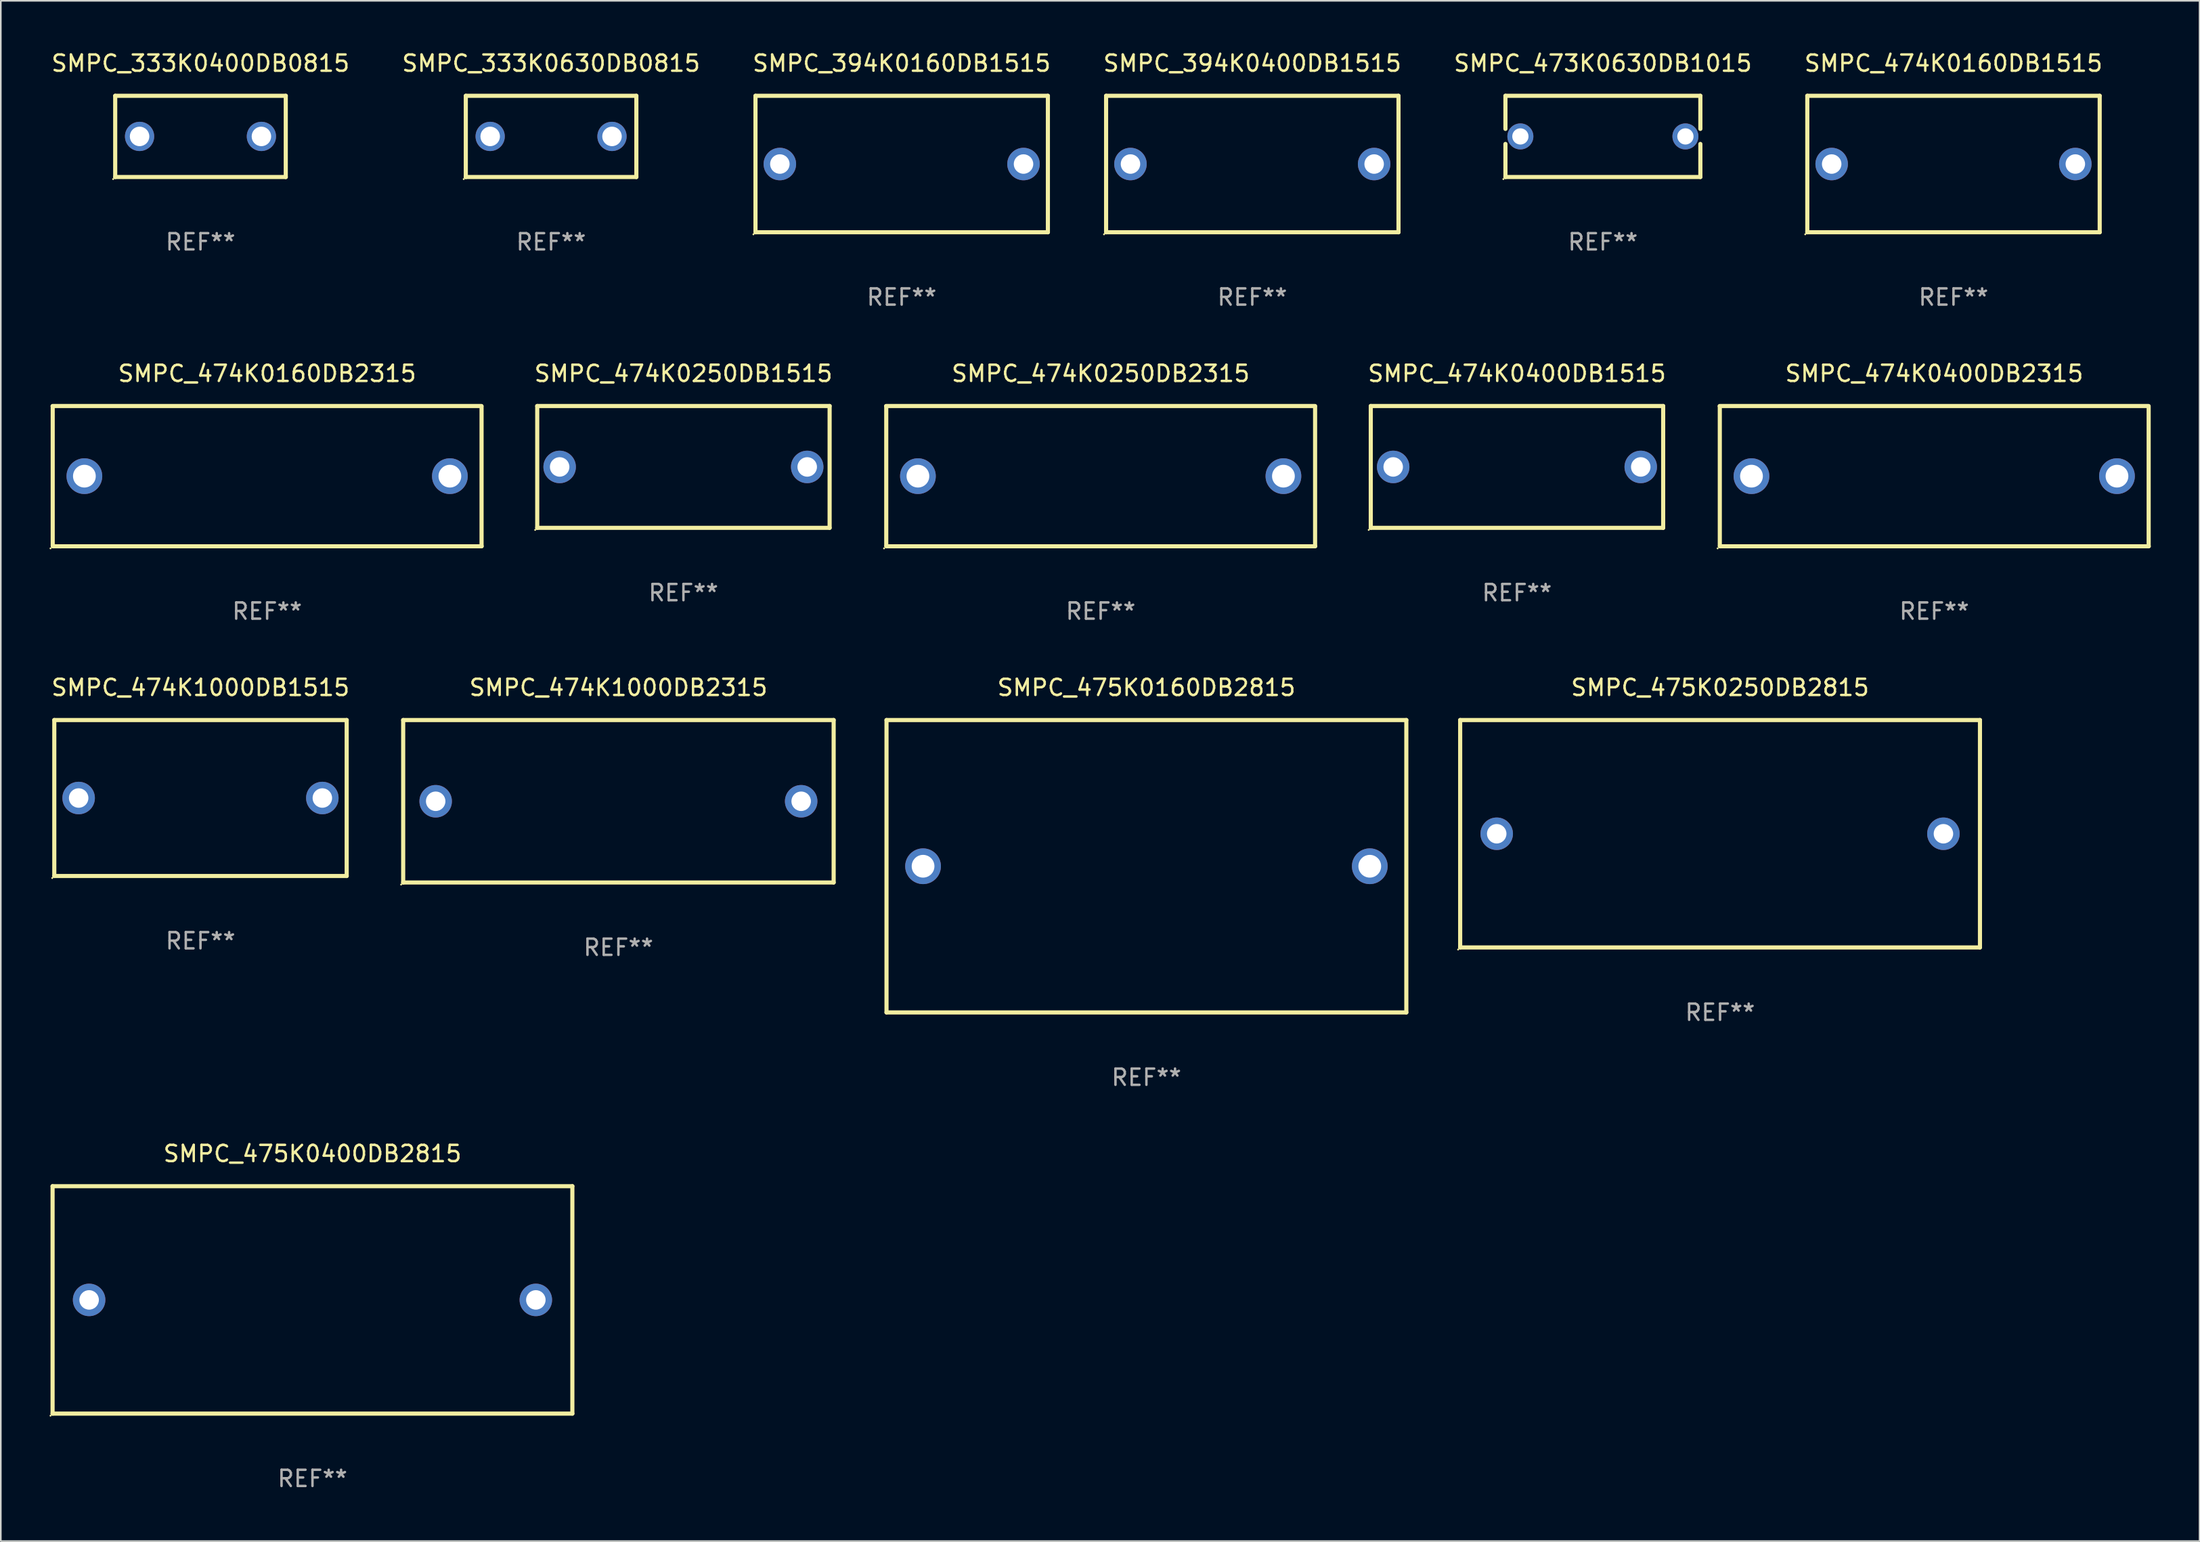
<source format=kicad_pcb>
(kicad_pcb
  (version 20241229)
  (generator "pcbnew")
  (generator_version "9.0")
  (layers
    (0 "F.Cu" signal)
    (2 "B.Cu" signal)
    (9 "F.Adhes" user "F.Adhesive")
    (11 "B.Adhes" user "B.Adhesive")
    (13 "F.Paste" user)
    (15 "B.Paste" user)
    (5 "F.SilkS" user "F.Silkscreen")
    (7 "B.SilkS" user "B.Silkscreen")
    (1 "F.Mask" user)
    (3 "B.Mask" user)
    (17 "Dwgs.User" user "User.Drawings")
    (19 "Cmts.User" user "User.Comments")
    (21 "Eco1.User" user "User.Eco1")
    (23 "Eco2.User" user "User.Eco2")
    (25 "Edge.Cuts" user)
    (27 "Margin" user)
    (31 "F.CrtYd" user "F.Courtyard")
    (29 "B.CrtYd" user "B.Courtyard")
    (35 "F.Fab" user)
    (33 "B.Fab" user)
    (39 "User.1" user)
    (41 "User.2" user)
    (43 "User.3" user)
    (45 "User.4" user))
  (footprint "SMPC_474K0250DB1515"
    (layer "F.Cu")
    (at 39.022 25.695)
    (property "Reference" "SMPC_474K0250DB1515" (at 0 -5.75 0) (layer "F.SilkS") (effects (font (size 1 1) (thickness 0.15))))
    (attr through_hole)
    (fp_line (start -9 -3.75) (end 9 -3.75) (stroke (width 0.254) (type solid)) (layer "F.SilkS"))
    (fp_line (start -9 3.75) (end -9 -3.75) (stroke (width 0.254) (type solid)) (layer "F.SilkS"))
    (fp_line (start 9 -3.75) (end 9 3.75) (stroke (width 0.254) (type solid)) (layer "F.SilkS"))
    (fp_line (start 9 3.75) (end -9 3.75) (stroke (width 0.254) (type solid)) (layer "F.SilkS"))
    (fp_circle (center -9.127 3.877) (end -9.097 3.877) (stroke (width 0.06) (type solid)) (fill no) (layer "F.SilkS"))
    (fp_text user "REF**" (at 0 7.75 0) (layer "F.Fab") (effects (font (size 1 1) (thickness 0.15))))
    (pad "1" thru_hole circle (at -7.62 0) (size 2 2) (drill 1.2) (layers "*.Cu" "*.Mask"))
    (pad "2" thru_hole circle (at 7.62 0) (size 2 2) (drill 1.2) (layers "*.Cu" "*.Mask")))
  (footprint "SMPC_394K0400DB1515"
    (layer "F.Cu")
    (at 74.042 7.048)
    (property "Reference" "SMPC_394K0400DB1515" (at 0 -6.2 0) (layer "F.SilkS") (effects (font (size 1 1) (thickness 0.15))))
    (attr through_hole)
    (fp_line (start -9 -4.2) (end 9 -4.2) (stroke (width 0.254) (type solid)) (layer "F.SilkS"))
    (fp_line (start -9 4.2) (end -9 -4.2) (stroke (width 0.254) (type solid)) (layer "F.SilkS"))
    (fp_line (start 9 -4.2) (end 9 4.2) (stroke (width 0.254) (type solid)) (layer "F.SilkS"))
    (fp_line (start 9 4.2) (end -9 4.2) (stroke (width 0.254) (type solid)) (layer "F.SilkS"))
    (fp_circle (center -9.127 4.327) (end -9.097 4.327) (stroke (width 0.06) (type solid)) (fill no) (layer "F.SilkS"))
    (fp_text user "REF**" (at 0 8.2 0) (layer "F.Fab") (effects (font (size 1 1) (thickness 0.15))))
    (pad "1" thru_hole circle (at -7.5 0) (size 2 2) (drill 1.2) (layers "*.Cu" "*.Mask"))
    (pad "2" thru_hole circle (at 7.5 0) (size 2 2) (drill 1.2) (layers "*.Cu" "*.Mask")))
  (footprint "SMPC_474K0160DB1515"
    (layer "F.Cu")
    (at 117.208 7.048)
    (property "Reference" "SMPC_474K0160DB1515" (at 0 -6.2 0) (layer "F.SilkS") (effects (font (size 1 1) (thickness 0.15))))
    (attr through_hole)
    (fp_line (start -9 -4.2) (end 9 -4.2) (stroke (width 0.254) (type solid)) (layer "F.SilkS"))
    (fp_line (start -9 4.2) (end -9 -4.2) (stroke (width 0.254) (type solid)) (layer "F.SilkS"))
    (fp_line (start 9 -4.2) (end 9 4.2) (stroke (width 0.254) (type solid)) (layer "F.SilkS"))
    (fp_line (start 9 4.2) (end -9 4.2) (stroke (width 0.254) (type solid)) (layer "F.SilkS"))
    (fp_circle (center -9.127 4.327) (end -9.097 4.327) (stroke (width 0.06) (type solid)) (fill no) (layer "F.SilkS"))
    (fp_text user "REF**" (at 0 8.2 0) (layer "F.Fab") (effects (font (size 1 1) (thickness 0.15))))
    (pad "1" thru_hole circle (at -7.5 0) (size 2 2) (drill 1.2) (layers "*.Cu" "*.Mask"))
    (pad "2" thru_hole circle (at 7.5 0) (size 2 2) (drill 1.2) (layers "*.Cu" "*.Mask")))
  (footprint "SMPC_475K0400DB2815"
    (layer "F.Cu")
    (at 16.186 76.974)
    (property "Reference" "SMPC_475K0400DB2815" (at 0 -9 0) (layer "F.SilkS") (effects (font (size 1 1) (thickness 0.15))))
    (attr through_hole)
    (fp_line (start -15.999 -7) (end -15.999 7) (stroke (width 0.254) (type solid)) (layer "F.SilkS"))
    (fp_line (start -15.999 -7) (end 15.999 -7) (stroke (width 0.254) (type solid)) (layer "F.SilkS"))
    (fp_line (start 15.999 -7) (end 15.999 7) (stroke (width 0.254) (type solid)) (layer "F.SilkS"))
    (fp_line (start 15.999 7) (end -15.999 7) (stroke (width 0.254) (type solid)) (layer "F.SilkS"))
    (fp_circle (center -16.126 7.127) (end -16.096 7.127) (stroke (width 0.06) (type solid)) (fill no) (layer "F.SilkS"))
    (fp_text user "REF**" (at 0 11 0) (layer "F.Fab") (effects (font (size 1 1) (thickness 0.15))))
    (pad "1" thru_hole circle (at -13.75 0) (size 2 2) (drill 1.2) (layers "*.Cu" "*.Mask"))
    (pad "2" thru_hole circle (at 13.75 0) (size 2 2) (drill 1.2) (layers "*.Cu" "*.Mask")))
  (footprint "SMPC_474K1000DB1515"
    (layer "F.Cu")
    (at 9.292 46.077)
    (property "Reference" "SMPC_474K1000DB1515" (at 0 -6.8 0) (layer "F.SilkS") (effects (font (size 1 1) (thickness 0.15))))
    (attr through_hole)
    (fp_line (start -9 -4.8) (end 9 -4.8) (stroke (width 0.254) (type solid)) (layer "F.SilkS"))
    (fp_line (start -9 4.8) (end -9 -4.8) (stroke (width 0.254) (type solid)) (layer "F.SilkS"))
    (fp_line (start 9 -4.8) (end 9 4.8) (stroke (width 0.254) (type solid)) (layer "F.SilkS"))
    (fp_line (start 9 4.8) (end -9 4.8) (stroke (width 0.254) (type solid)) (layer "F.SilkS"))
    (fp_circle (center -9.127 4.927) (end -9.097 4.927) (stroke (width 0.06) (type solid)) (fill no) (layer "F.SilkS"))
    (fp_text user "REF**" (at 0 8.8 0) (layer "F.Fab") (effects (font (size 1 1) (thickness 0.15))))
    (pad "1" thru_hole circle (at -7.501 0) (size 2 2) (drill 1.2) (layers "*.Cu" "*.Mask"))
    (pad "2" thru_hole circle (at 7.501 0) (size 2 2) (drill 1.2) (layers "*.Cu" "*.Mask")))
  (footprint "SMPC_474K0160DB2315"
    (layer "F.Cu")
    (at 13.395 26.263)
    (property "Reference" "SMPC_474K0160DB2315" (at 0 -6.318 0) (layer "F.SilkS") (effects (font (size 1 1) (thickness 0.15))))
    (attr through_hole)
    (fp_line (start -13.208 -4.318) (end 13.193 -4.318) (stroke (width 0.254) (type solid)) (layer "F.SilkS"))
    (fp_line (start -13.2 4.3) (end -13.2 -4.3) (stroke (width 0.254) (type solid)) (layer "F.SilkS"))
    (fp_line (start 13.2 -4.3) (end 13.2 4.3) (stroke (width 0.254) (type solid)) (layer "F.SilkS"))
    (fp_line (start 13.208 4.318) (end -13.193 4.318) (stroke (width 0.254) (type solid)) (layer "F.SilkS"))
    (fp_circle (center -13.335 4.445) (end -13.305 4.445) (stroke (width 0.06) (type solid)) (fill no) (layer "F.SilkS"))
    (fp_text user "REF**" (at 0 8.318 0) (layer "F.Fab") (effects (font (size 1 1) (thickness 0.15))))
    (pad "1" thru_hole circle (at -11.25 0) (size 2.2 2.2) (drill 1.4) (layers "*.Cu" "*.Mask"))
    (pad "2" thru_hole circle (at 11.25 0) (size 2.2 2.2) (drill 1.4) (layers "*.Cu" "*.Mask")))
  (footprint "SMPC_474K0400DB2315"
    (layer "F.Cu")
    (at 116.022 26.263)
    (property "Reference" "SMPC_474K0400DB2315" (at 0 -6.318 0) (layer "F.SilkS") (effects (font (size 1 1) (thickness 0.15))))
    (attr through_hole)
    (fp_line (start -13.208 -4.318) (end 13.193 -4.318) (stroke (width 0.254) (type solid)) (layer "F.SilkS"))
    (fp_line (start -13.2 4.3) (end -13.2 -4.3) (stroke (width 0.254) (type solid)) (layer "F.SilkS"))
    (fp_line (start 13.2 -4.3) (end 13.2 4.3) (stroke (width 0.254) (type solid)) (layer "F.SilkS"))
    (fp_line (start 13.208 4.318) (end -13.193 4.318) (stroke (width 0.254) (type solid)) (layer "F.SilkS"))
    (fp_circle (center -13.335 4.445) (end -13.305 4.445) (stroke (width 0.06) (type solid)) (fill no) (layer "F.SilkS"))
    (fp_text user "REF**" (at 0 8.318 0) (layer "F.Fab") (effects (font (size 1 1) (thickness 0.15))))
    (pad "1" thru_hole circle (at -11.25 0) (size 2.2 2.2) (drill 1.4) (layers "*.Cu" "*.Mask"))
    (pad "2" thru_hole circle (at 11.25 0) (size 2.2 2.2) (drill 1.4) (layers "*.Cu" "*.Mask")))
  (footprint "SMPC_474K0250DB2315"
    (layer "F.Cu")
    (at 64.708 26.263)
    (property "Reference" "SMPC_474K0250DB2315" (at 0 -6.318 0) (layer "F.SilkS") (effects (font (size 1 1) (thickness 0.15))))
    (attr through_hole)
    (fp_line (start -13.208 -4.318) (end 13.193 -4.318) (stroke (width 0.254) (type solid)) (layer "F.SilkS"))
    (fp_line (start -13.2 4.3) (end -13.2 -4.3) (stroke (width 0.254) (type solid)) (layer "F.SilkS"))
    (fp_line (start 13.2 -4.3) (end 13.2 4.3) (stroke (width 0.254) (type solid)) (layer "F.SilkS"))
    (fp_line (start 13.208 4.318) (end -13.193 4.318) (stroke (width 0.254) (type solid)) (layer "F.SilkS"))
    (fp_circle (center -13.335 4.445) (end -13.305 4.445) (stroke (width 0.06) (type solid)) (fill no) (layer "F.SilkS"))
    (fp_text user "REF**" (at 0 8.318 0) (layer "F.Fab") (effects (font (size 1 1) (thickness 0.15))))
    (pad "1" thru_hole circle (at -11.25 0) (size 2.2 2.2) (drill 1.4) (layers "*.Cu" "*.Mask"))
    (pad "2" thru_hole circle (at 11.25 0) (size 2.2 2.2) (drill 1.4) (layers "*.Cu" "*.Mask")))
  (footprint "SMPC_333K0630DB0815"
    (layer "F.Cu")
    (at 30.875 5.348)
    (property "Reference" "SMPC_333K0630DB0815" (at 0 -4.5 0) (layer "F.SilkS") (effects (font (size 1 1) (thickness 0.15))))
    (attr through_hole)
    (fp_line (start -5.25 -2.5) (end 5.25 -2.5) (stroke (width 0.254) (type solid)) (layer "F.SilkS"))
    (fp_line (start -5.25 2.5) (end -5.25 -2.5) (stroke (width 0.254) (type solid)) (layer "F.SilkS"))
    (fp_line (start 5.25 -2.5) (end 5.25 2.5) (stroke (width 0.254) (type solid)) (layer "F.SilkS"))
    (fp_line (start 5.25 2.5) (end -5.25 2.5) (stroke (width 0.254) (type solid)) (layer "F.SilkS"))
    (fp_circle (center -5.377 2.627) (end -5.347 2.627) (stroke (width 0.06) (type solid)) (fill no) (layer "F.SilkS"))
    (fp_text user "REF**" (at 0 6.5 0) (layer "F.Fab") (effects (font (size 1 1) (thickness 0.15))))
    (pad "1" thru_hole circle (at -3.75 0) (size 1.8 1.8) (drill 1.2) (layers "*.Cu" "*.Mask"))
    (pad "2" thru_hole circle (at 3.75 0) (size 1.8 1.8) (drill 1.2) (layers "*.Cu" "*.Mask")))
  (footprint "SMPC_475K0160DB2815"
    (layer "F.Cu")
    (at 67.524 50.277)
    (property "Reference" "SMPC_475K0160DB2815" (at 0 -11 0) (layer "F.SilkS") (effects (font (size 1 1) (thickness 0.15))))
    (attr through_hole)
    (fp_line (start -16 -9) (end 16 -9) (stroke (width 0.254) (type solid)) (layer "F.SilkS"))
    (fp_line (start -16 9) (end -16 -9) (stroke (width 0.254) (type solid)) (layer "F.SilkS"))
    (fp_line (start 16 -9) (end 16 9) (stroke (width 0.254) (type solid)) (layer "F.SilkS"))
    (fp_line (start 16 9) (end -16 9) (stroke (width 0.254) (type solid)) (layer "F.SilkS"))
    (fp_circle (center -16 9) (end -15.97 9) (stroke (width 0.06) (type solid)) (fill no) (layer "F.SilkS"))
    (fp_text user "REF**" (at 0 13 0) (layer "F.Fab") (effects (font (size 1 1) (thickness 0.15))))
    (pad "1" thru_hole circle (at -13.75 0) (size 2.2 2.2) (drill 1.4) (layers "*.Cu" "*.Mask"))
    (pad "2" thru_hole circle (at 13.75 0) (size 2.2 2.2) (drill 1.4) (layers "*.Cu" "*.Mask")))
  (footprint "SMPC_474K1000DB2315"
    (layer "F.Cu")
    (at 35.02 46.277)
    (property "Reference" "SMPC_474K1000DB2315" (at 0 -7 0) (layer "F.SilkS") (effects (font (size 1 1) (thickness 0.15))))
    (attr through_hole)
    (fp_line (start -13.25 -5) (end 13.25 -5) (stroke (width 0.254) (type solid)) (layer "F.SilkS"))
    (fp_line (start -13.25 5) (end -13.25 -5) (stroke (width 0.254) (type solid)) (layer "F.SilkS"))
    (fp_line (start 13.25 -5) (end 13.25 5) (stroke (width 0.254) (type solid)) (layer "F.SilkS"))
    (fp_line (start 13.25 5) (end -13.25 5) (stroke (width 0.254) (type solid)) (layer "F.SilkS"))
    (fp_circle (center -13.377 5.127) (end -13.347 5.127) (stroke (width 0.06) (type solid)) (fill no) (layer "F.SilkS"))
    (fp_text user "REF**" (at 0 9 0) (layer "F.Fab") (effects (font (size 1 1) (thickness 0.15))))
    (pad "1" thru_hole circle (at -11.25 0) (size 2 2) (drill 1.2) (layers "*.Cu" "*.Mask"))
    (pad "2" thru_hole circle (at 11.25 0) (size 2 2) (drill 1.2) (layers "*.Cu" "*.Mask")))
  (footprint "SMPC_475K0250DB2815"
    (layer "F.Cu")
    (at 102.838 48.277)
    (property "Reference" "SMPC_475K0250DB2815" (at 0 -9 0) (layer "F.SilkS") (effects (font (size 1 1) (thickness 0.15))))
    (attr through_hole)
    (fp_line (start -15.999 -7) (end -15.999 7) (stroke (width 0.254) (type solid)) (layer "F.SilkS"))
    (fp_line (start -15.999 -7) (end 15.999 -7) (stroke (width 0.254) (type solid)) (layer "F.SilkS"))
    (fp_line (start 15.999 -7) (end 15.999 7) (stroke (width 0.254) (type solid)) (layer "F.SilkS"))
    (fp_line (start 15.999 7) (end -15.999 7) (stroke (width 0.254) (type solid)) (layer "F.SilkS"))
    (fp_circle (center -16.126 7.127) (end -16.096 7.127) (stroke (width 0.06) (type solid)) (fill no) (layer "F.SilkS"))
    (fp_text user "REF**" (at 0 11 0) (layer "F.Fab") (effects (font (size 1 1) (thickness 0.15))))
    (pad "1" thru_hole circle (at -13.75 0) (size 2 2) (drill 1.2) (layers "*.Cu" "*.Mask"))
    (pad "2" thru_hole circle (at 13.75 0) (size 2 2) (drill 1.2) (layers "*.Cu" "*.Mask")))
  (footprint "SMPC_333K0400DB0815"
    (layer "F.Cu")
    (at 9.292 5.348)
    (property "Reference" "SMPC_333K0400DB0815" (at 0 -4.5 0) (layer "F.SilkS") (effects (font (size 1 1) (thickness 0.15))))
    (attr through_hole)
    (fp_line (start -5.25 -2.5) (end 5.25 -2.5) (stroke (width 0.254) (type solid)) (layer "F.SilkS"))
    (fp_line (start -5.25 2.5) (end -5.25 -2.5) (stroke (width 0.254) (type solid)) (layer "F.SilkS"))
    (fp_line (start 5.25 -2.5) (end 5.25 2.5) (stroke (width 0.254) (type solid)) (layer "F.SilkS"))
    (fp_line (start 5.25 2.5) (end -5.25 2.5) (stroke (width 0.254) (type solid)) (layer "F.SilkS"))
    (fp_circle (center -5.377 2.627) (end -5.347 2.627) (stroke (width 0.06) (type solid)) (fill no) (layer "F.SilkS"))
    (fp_text user "REF**" (at 0 6.5 0) (layer "F.Fab") (effects (font (size 1 1) (thickness 0.15))))
    (pad "1" thru_hole circle (at -3.75 0) (size 1.8 1.8) (drill 1.2) (layers "*.Cu" "*.Mask"))
    (pad "2" thru_hole circle (at 3.75 0) (size 1.8 1.8) (drill 1.2) (layers "*.Cu" "*.Mask")))
  (footprint "SMPC_474K0400DB1515"
    (layer "F.Cu")
    (at 90.335 25.695)
    (property "Reference" "SMPC_474K0400DB1515" (at 0 -5.75 0) (layer "F.SilkS") (effects (font (size 1 1) (thickness 0.15))))
    (attr through_hole)
    (fp_line (start -9 -3.75) (end 9 -3.75) (stroke (width 0.254) (type solid)) (layer "F.SilkS"))
    (fp_line (start -9 3.75) (end -9 -3.75) (stroke (width 0.254) (type solid)) (layer "F.SilkS"))
    (fp_line (start 9 -3.75) (end 9 3.75) (stroke (width 0.254) (type solid)) (layer "F.SilkS"))
    (fp_line (start 9 3.75) (end -9 3.75) (stroke (width 0.254) (type solid)) (layer "F.SilkS"))
    (fp_circle (center -9.127 3.877) (end -9.097 3.877) (stroke (width 0.06) (type solid)) (fill no) (layer "F.SilkS"))
    (fp_text user "REF**" (at 0 7.75 0) (layer "F.Fab") (effects (font (size 1 1) (thickness 0.15))))
    (pad "1" thru_hole circle (at -7.62 0) (size 2 2) (drill 1.2) (layers "*.Cu" "*.Mask"))
    (pad "2" thru_hole circle (at 7.62 0) (size 2 2) (drill 1.2) (layers "*.Cu" "*.Mask")))
  (footprint "SMPC_394K0160DB1515"
    (layer "F.Cu")
    (at 52.458 7.048)
    (property "Reference" "SMPC_394K0160DB1515" (at 0 -6.2 0) (layer "F.SilkS") (effects (font (size 1 1) (thickness 0.15))))
    (attr through_hole)
    (fp_line (start -9 -4.2) (end 9 -4.2) (stroke (width 0.254) (type solid)) (layer "F.SilkS"))
    (fp_line (start -9 4.2) (end -9 -4.2) (stroke (width 0.254) (type solid)) (layer "F.SilkS"))
    (fp_line (start 9 -4.2) (end 9 4.2) (stroke (width 0.254) (type solid)) (layer "F.SilkS"))
    (fp_line (start 9 4.2) (end -9 4.2) (stroke (width 0.254) (type solid)) (layer "F.SilkS"))
    (fp_circle (center -9.127 4.327) (end -9.097 4.327) (stroke (width 0.06) (type solid)) (fill no) (layer "F.SilkS"))
    (fp_text user "REF**" (at 0 8.2 0) (layer "F.Fab") (effects (font (size 1 1) (thickness 0.15))))
    (pad "1" thru_hole circle (at -7.5 0) (size 2 2) (drill 1.2) (layers "*.Cu" "*.Mask"))
    (pad "2" thru_hole circle (at 7.5 0) (size 2 2) (drill 1.2) (layers "*.Cu" "*.Mask")))
  (footprint "SMPC_473K0630DB1015"
    (layer "F.Cu")
    (at 95.625 5.348)
    (property "Reference" "SMPC_473K0630DB1015" (at 0 -4.5 0) (layer "F.SilkS") (effects (font (size 1 1) (thickness 0.15))))
    (attr through_hole)
    (fp_line (start -6 -2.5) (end 6 -2.5) (stroke (width 0.254) (type solid)) (layer "F.SilkS"))
    (fp_line (start -6 -0.463) (end -6 -2.5) (stroke (width 0.254) (type solid)) (layer "F.SilkS"))
    (fp_line (start -6 2.5) (end -6 0.463) (stroke (width 0.254) (type solid)) (layer "F.SilkS"))
    (fp_line (start 6 -2.5) (end 6 -0.463) (stroke (width 0.254) (type solid)) (layer "F.SilkS"))
    (fp_line (start 6 0.463) (end 6 2.5) (stroke (width 0.254) (type solid)) (layer "F.SilkS"))
    (fp_line (start 6 2.5) (end -6 2.5) (stroke (width 0.254) (type solid)) (layer "F.SilkS"))
    (fp_circle (center -6.127 2.627) (end -6.097 2.627) (stroke (width 0.06) (type solid)) (fill no) (layer "F.SilkS"))
    (fp_text user "REF**" (at 0 6.5 0) (layer "F.Fab") (effects (font (size 1 1) (thickness 0.15))))
    (pad "1" thru_hole circle (at -5.08 0) (size 1.6 1.6) (drill 1) (layers "*.Cu" "*.Mask"))
    (pad "2" thru_hole circle (at 5.08 0) (size 1.6 1.6) (drill 1) (layers "*.Cu" "*.Mask")))
  (gr_rect
    (start -3 -3)
    (end 132.357 91.822)
    (stroke (width 0.1) (type default))
    (fill no)
    (layer "Edge.Cuts")))
</source>
